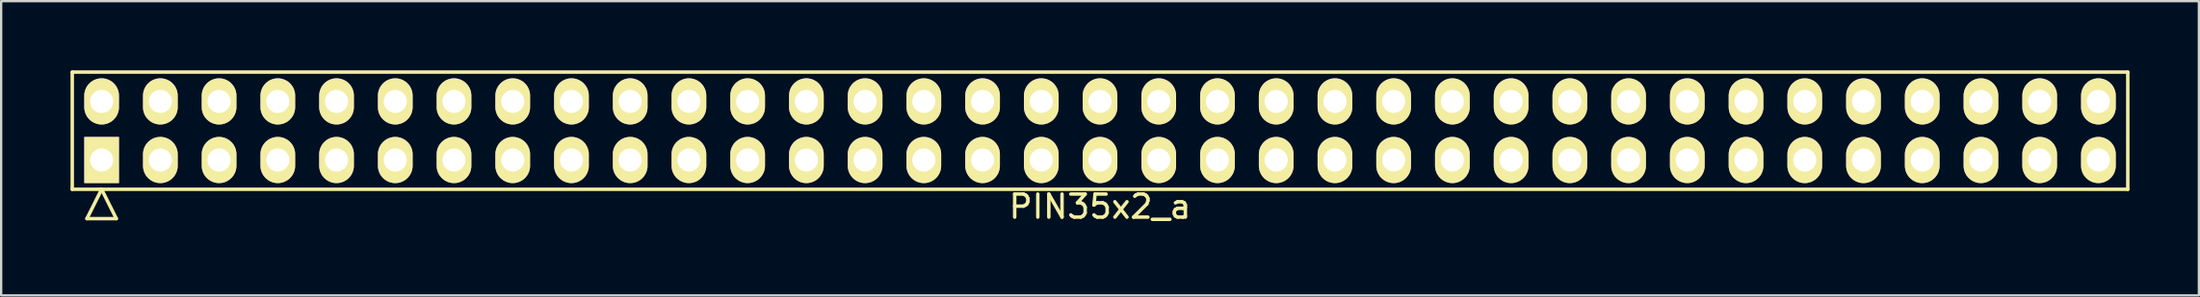
<source format=kicad_pcb>
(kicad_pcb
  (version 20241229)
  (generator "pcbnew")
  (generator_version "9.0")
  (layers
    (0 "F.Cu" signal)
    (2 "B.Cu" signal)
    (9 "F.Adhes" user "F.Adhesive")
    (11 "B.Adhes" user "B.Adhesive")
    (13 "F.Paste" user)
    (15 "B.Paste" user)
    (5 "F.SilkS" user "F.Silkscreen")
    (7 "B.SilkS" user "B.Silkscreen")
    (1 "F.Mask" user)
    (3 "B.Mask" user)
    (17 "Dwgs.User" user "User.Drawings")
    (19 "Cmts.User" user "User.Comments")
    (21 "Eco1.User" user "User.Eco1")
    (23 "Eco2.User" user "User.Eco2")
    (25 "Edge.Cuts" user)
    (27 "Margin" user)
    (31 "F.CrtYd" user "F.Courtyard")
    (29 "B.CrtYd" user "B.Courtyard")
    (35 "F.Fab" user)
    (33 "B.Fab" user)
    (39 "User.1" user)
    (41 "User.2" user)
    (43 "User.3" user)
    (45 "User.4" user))
  (footprint "PIN35x2_a"
    (layer "F.Cu")
    (at 44.525 2.615)
    (property "Reference" "PIN35x2_a" (at 0 3.29 0) (layer "F.SilkS") (effects (font (size 1 1) (thickness 0.15))))
    (attr through_hole)
    (fp_line (start -44.45 -2.54) (end -44.45 2.54) (stroke (width 0.15) (type solid)) (layer "F.SilkS"))
    (fp_line (start -44.45 2.54) (end 44.45 2.54) (stroke (width 0.15) (type solid)) (layer "F.SilkS"))
    (fp_line (start -43.815 3.81) (end -43.18 2.54) (stroke (width 0.15) (type solid)) (layer "F.SilkS"))
    (fp_line (start -43.815 3.81) (end -42.545 3.81) (stroke (width 0.15) (type solid)) (layer "F.SilkS"))
    (fp_line (start -42.545 3.81) (end -43.18 2.54) (stroke (width 0.15) (type solid)) (layer "F.SilkS"))
    (fp_line (start 44.45 -2.54) (end -44.45 -2.54) (stroke (width 0.15) (type solid)) (layer "F.SilkS"))
    (fp_line (start 44.45 2.54) (end 44.45 -2.54) (stroke (width 0.15) (type solid)) (layer "F.SilkS"))
    (pad "1" thru_hole rect (at -43.18 1.27) (size 1.5 2) (drill 1) (layers "*.Cu" "*.Mask" "F.SilkS"))
    (pad "2" thru_hole oval (at -43.18 -1.27) (size 1.5 2) (drill 1) (layers "*.Cu" "*.Mask" "F.SilkS"))
    (pad "3" thru_hole oval (at -40.64 1.27) (size 1.5 2) (drill 1) (layers "*.Cu" "*.Mask" "F.SilkS"))
    (pad "4" thru_hole oval (at -40.64 -1.27) (size 1.5 2) (drill 1) (layers "*.Cu" "*.Mask" "F.SilkS"))
    (pad "5" thru_hole oval (at -38.1 1.27) (size 1.5 2) (drill 1) (layers "*.Cu" "*.Mask" "F.SilkS"))
    (pad "6" thru_hole oval (at -38.1 -1.27) (size 1.5 2) (drill 1) (layers "*.Cu" "*.Mask" "F.SilkS"))
    (pad "7" thru_hole oval (at -35.56 1.27) (size 1.5 2) (drill 1) (layers "*.Cu" "*.Mask" "F.SilkS"))
    (pad "8" thru_hole oval (at -35.56 -1.27) (size 1.5 2) (drill 1) (layers "*.Cu" "*.Mask" "F.SilkS"))
    (pad "9" thru_hole oval (at -33.02 1.27) (size 1.5 2) (drill 1) (layers "*.Cu" "*.Mask" "F.SilkS"))
    (pad "10" thru_hole oval (at -33.02 -1.27) (size 1.5 2) (drill 1) (layers "*.Cu" "*.Mask" "F.SilkS"))
    (pad "11" thru_hole oval (at -30.48 1.27) (size 1.5 2) (drill 1) (layers "*.Cu" "*.Mask" "F.SilkS"))
    (pad "12" thru_hole oval (at -30.48 -1.27) (size 1.5 2) (drill 1) (layers "*.Cu" "*.Mask" "F.SilkS"))
    (pad "13" thru_hole oval (at -27.94 1.27) (size 1.5 2) (drill 1) (layers "*.Cu" "*.Mask" "F.SilkS"))
    (pad "14" thru_hole oval (at -27.94 -1.27) (size 1.5 2) (drill 1) (layers "*.Cu" "*.Mask" "F.SilkS"))
    (pad "15" thru_hole oval (at -25.4 1.27) (size 1.5 2) (drill 1) (layers "*.Cu" "*.Mask" "F.SilkS"))
    (pad "16" thru_hole oval (at -25.4 -1.27) (size 1.5 2) (drill 1) (layers "*.Cu" "*.Mask" "F.SilkS"))
    (pad "17" thru_hole oval (at -22.86 1.27) (size 1.5 2) (drill 1) (layers "*.Cu" "*.Mask" "F.SilkS"))
    (pad "18" thru_hole oval (at -22.86 -1.27) (size 1.5 2) (drill 1) (layers "*.Cu" "*.Mask" "F.SilkS"))
    (pad "19" thru_hole oval (at -20.32 1.27) (size 1.5 2) (drill 1) (layers "*.Cu" "*.Mask" "F.SilkS"))
    (pad "20" thru_hole oval (at -20.32 -1.27) (size 1.5 2) (drill 1) (layers "*.Cu" "*.Mask" "F.SilkS"))
    (pad "21" thru_hole oval (at -17.78 1.27) (size 1.5 2) (drill 1) (layers "*.Cu" "*.Mask" "F.SilkS"))
    (pad "22" thru_hole oval (at -17.78 -1.27) (size 1.5 2) (drill 1) (layers "*.Cu" "*.Mask" "F.SilkS"))
    (pad "23" thru_hole oval (at -15.24 1.27) (size 1.5 2) (drill 1) (layers "*.Cu" "*.Mask" "F.SilkS"))
    (pad "24" thru_hole oval (at -15.24 -1.27) (size 1.5 2) (drill 1) (layers "*.Cu" "*.Mask" "F.SilkS"))
    (pad "25" thru_hole oval (at -12.7 1.27) (size 1.5 2) (drill 1) (layers "*.Cu" "*.Mask" "F.SilkS"))
    (pad "26" thru_hole oval (at -12.7 -1.27) (size 1.5 2) (drill 1) (layers "*.Cu" "*.Mask" "F.SilkS"))
    (pad "27" thru_hole oval (at -10.16 1.27) (size 1.5 2) (drill 1) (layers "*.Cu" "*.Mask" "F.SilkS"))
    (pad "28" thru_hole oval (at -10.16 -1.27) (size 1.5 2) (drill 1) (layers "*.Cu" "*.Mask" "F.SilkS"))
    (pad "29" thru_hole oval (at -7.62 1.27) (size 1.5 2) (drill 1) (layers "*.Cu" "*.Mask" "F.SilkS"))
    (pad "30" thru_hole oval (at -7.62 -1.27) (size 1.5 2) (drill 1) (layers "*.Cu" "*.Mask" "F.SilkS"))
    (pad "31" thru_hole oval (at -5.08 1.27) (size 1.5 2) (drill 1) (layers "*.Cu" "*.Mask" "F.SilkS"))
    (pad "32" thru_hole oval (at -5.08 -1.27) (size 1.5 2) (drill 1) (layers "*.Cu" "*.Mask" "F.SilkS"))
    (pad "33" thru_hole oval (at -2.54 1.27) (size 1.5 2) (drill 1) (layers "*.Cu" "*.Mask" "F.SilkS"))
    (pad "34" thru_hole oval (at -2.54 -1.27) (size 1.5 2) (drill 1) (layers "*.Cu" "*.Mask" "F.SilkS"))
    (pad "35" thru_hole oval (at 0 1.27) (size 1.5 2) (drill 1) (layers "*.Cu" "*.Mask" "F.SilkS"))
    (pad "36" thru_hole oval (at 0 -1.27) (size 1.5 2) (drill 1) (layers "*.Cu" "*.Mask" "F.SilkS"))
    (pad "37" thru_hole oval (at 2.54 1.27) (size 1.5 2) (drill 1) (layers "*.Cu" "*.Mask" "F.SilkS"))
    (pad "38" thru_hole oval (at 2.54 -1.27) (size 1.5 2) (drill 1) (layers "*.Cu" "*.Mask" "F.SilkS"))
    (pad "39" thru_hole oval (at 5.08 1.27) (size 1.5 2) (drill 1) (layers "*.Cu" "*.Mask" "F.SilkS"))
    (pad "40" thru_hole oval (at 5.08 -1.27) (size 1.5 2) (drill 1) (layers "*.Cu" "*.Mask" "F.SilkS"))
    (pad "41" thru_hole oval (at 7.62 1.27) (size 1.5 2) (drill 1) (layers "*.Cu" "*.Mask" "F.SilkS"))
    (pad "42" thru_hole oval (at 7.62 -1.27) (size 1.5 2) (drill 1) (layers "*.Cu" "*.Mask" "F.SilkS"))
    (pad "43" thru_hole oval (at 10.16 1.27) (size 1.5 2) (drill 1) (layers "*.Cu" "*.Mask" "F.SilkS"))
    (pad "44" thru_hole oval (at 10.16 -1.27) (size 1.5 2) (drill 1) (layers "*.Cu" "*.Mask" "F.SilkS"))
    (pad "45" thru_hole oval (at 12.7 1.27) (size 1.5 2) (drill 1) (layers "*.Cu" "*.Mask" "F.SilkS"))
    (pad "46" thru_hole oval (at 12.7 -1.27) (size 1.5 2) (drill 1) (layers "*.Cu" "*.Mask" "F.SilkS"))
    (pad "47" thru_hole oval (at 15.24 1.27) (size 1.5 2) (drill 1) (layers "*.Cu" "*.Mask" "F.SilkS"))
    (pad "48" thru_hole oval (at 15.24 -1.27) (size 1.5 2) (drill 1) (layers "*.Cu" "*.Mask" "F.SilkS"))
    (pad "49" thru_hole oval (at 17.78 1.27) (size 1.5 2) (drill 1) (layers "*.Cu" "*.Mask" "F.SilkS"))
    (pad "50" thru_hole oval (at 17.78 -1.27) (size 1.5 2) (drill 1) (layers "*.Cu" "*.Mask" "F.SilkS"))
    (pad "51" thru_hole oval (at 20.32 1.27) (size 1.5 2) (drill 1) (layers "*.Cu" "*.Mask" "F.SilkS"))
    (pad "52" thru_hole oval (at 20.32 -1.27) (size 1.5 2) (drill 1) (layers "*.Cu" "*.Mask" "F.SilkS"))
    (pad "53" thru_hole oval (at 22.86 1.27) (size 1.5 2) (drill 1) (layers "*.Cu" "*.Mask" "F.SilkS"))
    (pad "54" thru_hole oval (at 22.86 -1.27) (size 1.5 2) (drill 1) (layers "*.Cu" "*.Mask" "F.SilkS"))
    (pad "55" thru_hole oval (at 25.4 1.27) (size 1.5 2) (drill 1) (layers "*.Cu" "*.Mask" "F.SilkS"))
    (pad "56" thru_hole oval (at 25.4 -1.27) (size 1.5 2) (drill 1) (layers "*.Cu" "*.Mask" "F.SilkS"))
    (pad "57" thru_hole oval (at 27.94 1.27) (size 1.5 2) (drill 1) (layers "*.Cu" "*.Mask" "F.SilkS"))
    (pad "58" thru_hole oval (at 27.94 -1.27) (size 1.5 2) (drill 1) (layers "*.Cu" "*.Mask" "F.SilkS"))
    (pad "59" thru_hole oval (at 30.48 1.27) (size 1.5 2) (drill 1) (layers "*.Cu" "*.Mask" "F.SilkS"))
    (pad "60" thru_hole oval (at 30.48 -1.27) (size 1.5 2) (drill 1) (layers "*.Cu" "*.Mask" "F.SilkS"))
    (pad "61" thru_hole oval (at 33.02 1.27) (size 1.5 2) (drill 1) (layers "*.Cu" "*.Mask" "F.SilkS"))
    (pad "62" thru_hole oval (at 33.02 -1.27) (size 1.5 2) (drill 1) (layers "*.Cu" "*.Mask" "F.SilkS"))
    (pad "63" thru_hole oval (at 35.56 1.27) (size 1.5 2) (drill 1) (layers "*.Cu" "*.Mask" "F.SilkS"))
    (pad "64" thru_hole oval (at 35.56 -1.27) (size 1.5 2) (drill 1) (layers "*.Cu" "*.Mask" "F.SilkS"))
    (pad "65" thru_hole oval (at 38.1 1.27) (size 1.5 2) (drill 1) (layers "*.Cu" "*.Mask" "F.SilkS"))
    (pad "66" thru_hole oval (at 38.1 -1.27) (size 1.5 2) (drill 1) (layers "*.Cu" "*.Mask" "F.SilkS"))
    (pad "67" thru_hole oval (at 40.64 1.27) (size 1.5 2) (drill 1) (layers "*.Cu" "*.Mask" "F.SilkS"))
    (pad "68" thru_hole oval (at 40.64 -1.27) (size 1.5 2) (drill 1) (layers "*.Cu" "*.Mask" "F.SilkS"))
    (pad "69" thru_hole oval (at 43.18 1.27) (size 1.5 2) (drill 1) (layers "*.Cu" "*.Mask" "F.SilkS"))
    (pad "70" thru_hole oval (at 43.18 -1.27) (size 1.5 2) (drill 1) (layers "*.Cu" "*.Mask" "F.SilkS")))
  (gr_rect
    (start -3 -3)
    (end 92.05 9.753)
    (stroke (width 0.1) (type default))
    (fill no)
    (layer "Edge.Cuts")))
</source>
